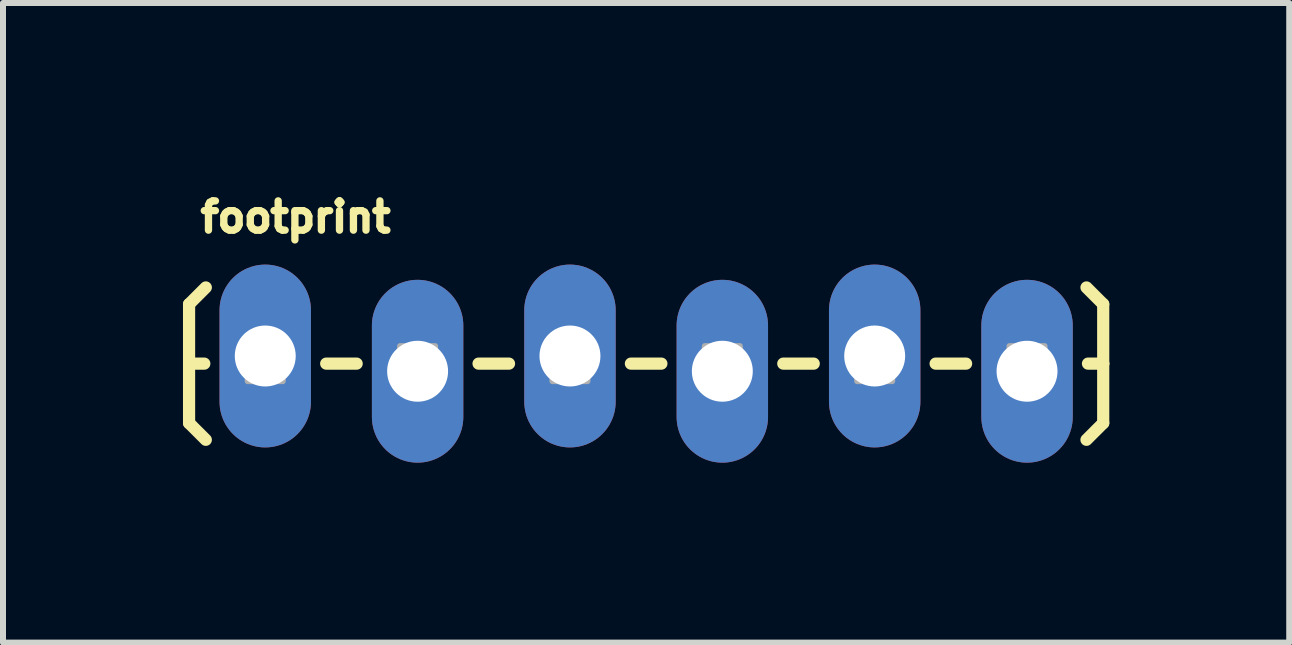
<source format=kicad_pcb>
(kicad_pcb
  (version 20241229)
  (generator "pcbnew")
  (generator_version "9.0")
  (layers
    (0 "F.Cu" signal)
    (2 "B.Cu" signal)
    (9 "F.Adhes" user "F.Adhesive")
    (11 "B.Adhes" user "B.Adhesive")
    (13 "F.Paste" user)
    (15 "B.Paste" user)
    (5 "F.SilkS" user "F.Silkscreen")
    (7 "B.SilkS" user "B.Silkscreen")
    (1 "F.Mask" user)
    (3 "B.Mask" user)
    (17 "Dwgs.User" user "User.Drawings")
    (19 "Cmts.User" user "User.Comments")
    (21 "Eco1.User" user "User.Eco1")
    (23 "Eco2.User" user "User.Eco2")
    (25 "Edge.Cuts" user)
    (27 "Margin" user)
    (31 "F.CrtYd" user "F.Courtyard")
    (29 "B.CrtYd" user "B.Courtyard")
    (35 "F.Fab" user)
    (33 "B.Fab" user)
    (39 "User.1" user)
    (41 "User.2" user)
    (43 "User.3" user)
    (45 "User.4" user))
  (footprint "footprint"
    (layer "F.Cu")
    (at 1.372 2.885)
    (property "Reference" "footprint" (at -1.143 -2.032 0) (layer "F.SilkS") (effects (font (size 0.488 0.488) (thickness 0.122)) (justify left bottom)))
    (fp_line (start -1.27 -0.864) (end -0.991 -1.143) (stroke (width 0.203) (type solid)) (layer "F.SilkS"))
    (fp_line (start -1.27 0.127) (end -1.27 -0.864) (stroke (width 0.203) (type solid)) (layer "F.SilkS"))
    (fp_line (start -1.27 0.127) (end -1.27 1.118) (stroke (width 0.203) (type solid)) (layer "F.SilkS"))
    (fp_line (start -1.27 0.127) (end -1.016 0.127) (stroke (width 0.203) (type solid)) (layer "F.SilkS"))
    (fp_line (start -1.27 1.118) (end -0.991 1.397) (stroke (width 0.203) (type solid)) (layer "F.SilkS"))
    (fp_line (start 1.524 0.127) (end 1.016 0.127) (stroke (width 0.203) (type solid)) (layer "F.SilkS"))
    (fp_line (start 4.064 0.127) (end 3.556 0.127) (stroke (width 0.203) (type solid)) (layer "F.SilkS"))
    (fp_line (start 6.604 0.127) (end 6.096 0.127) (stroke (width 0.203) (type solid)) (layer "F.SilkS"))
    (fp_line (start 9.144 0.127) (end 8.636 0.127) (stroke (width 0.203) (type solid)) (layer "F.SilkS"))
    (fp_line (start 11.684 0.127) (end 11.176 0.127) (stroke (width 0.203) (type solid)) (layer "F.SilkS"))
    (fp_line (start 13.97 -0.864) (end 13.691 -1.143) (stroke (width 0.203) (type solid)) (layer "F.SilkS"))
    (fp_line (start 13.97 0.127) (end 13.716 0.127) (stroke (width 0.203) (type solid)) (layer "F.SilkS"))
    (fp_line (start 13.97 0.127) (end 13.97 -0.864) (stroke (width 0.203) (type solid)) (layer "F.SilkS"))
    (fp_line (start 13.97 0.127) (end 13.97 1.118) (stroke (width 0.203) (type solid)) (layer "F.SilkS"))
    (fp_line (start 13.97 1.118) (end 13.691 1.397) (stroke (width 0.203) (type solid)) (layer "F.SilkS"))
    (fp_poly (pts (xy -0.292 0.419) (xy 0.292 0.419) (xy 0.292 -0.165) (xy -0.292 -0.165)) (stroke (width 0.1) (type solid)) (fill no) (layer "F.Fab"))
    (fp_poly (pts (xy 2.248 0.419) (xy 2.832 0.419) (xy 2.832 -0.165) (xy 2.248 -0.165)) (stroke (width 0.1) (type solid)) (fill no) (layer "F.Fab"))
    (fp_poly (pts (xy 4.788 0.419) (xy 5.372 0.419) (xy 5.372 -0.165) (xy 4.788 -0.165)) (stroke (width 0.1) (type solid)) (fill no) (layer "F.Fab"))
    (fp_poly (pts (xy 7.912 0.419) (xy 7.912 -0.165) (xy 7.328 -0.165) (xy 7.328 0.419)) (stroke (width 0.1) (type solid)) (fill no) (layer "F.Fab"))
    (fp_poly (pts (xy 9.868 0.419) (xy 10.452 0.419) (xy 10.452 -0.165) (xy 9.868 -0.165)) (stroke (width 0.1) (type solid)) (fill no) (layer "F.Fab"))
    (fp_poly (pts (xy 12.408 0.419) (xy 12.992 0.419) (xy 12.992 -0.165) (xy 12.408 -0.165)) (stroke (width 0.1) (type solid)) (fill no) (layer "F.Fab"))
    (pad "1" thru_hole oval (at 0 0 90) (size 3.048 1.524) (drill 1.016) (layers "*.Cu" "*.Mask"))
    (pad "2" thru_hole oval (at 2.54 0.254 90) (size 3.048 1.524) (drill 1.016) (layers "*.Cu" "*.Mask"))
    (pad "3" thru_hole oval (at 5.08 0 90) (size 3.048 1.524) (drill 1.016) (layers "*.Cu" "*.Mask"))
    (pad "4" thru_hole oval (at 7.62 0.254 90) (size 3.048 1.524) (drill 1.016) (layers "*.Cu" "*.Mask"))
    (pad "5" thru_hole oval (at 10.16 0 90) (size 3.048 1.524) (drill 1.016) (layers "*.Cu" "*.Mask"))
    (pad "6" thru_hole oval (at 12.7 0.254 90) (size 3.048 1.524) (drill 1.016) (layers "*.Cu" "*.Mask")))
  (gr_rect
    (start -3 -3)
    (end 18.443 7.663)
    (stroke (width 0.1) (type default))
    (fill no)
    (layer "Edge.Cuts")))
</source>
